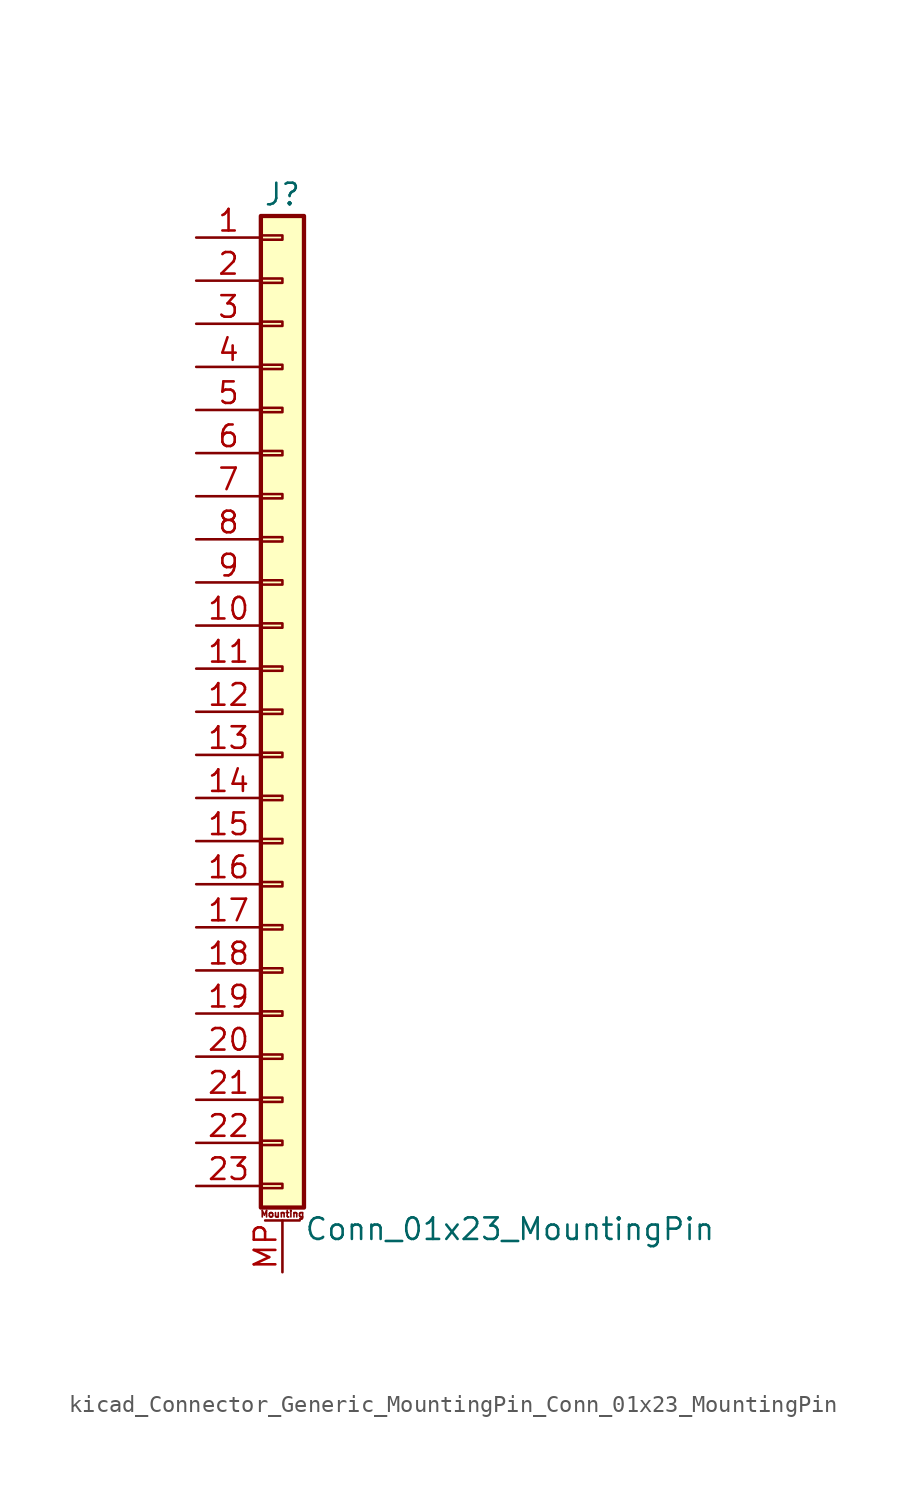
<source format=kicad_sym>
(kicad_symbol_lib
  (version 20220914)
  (generator kicad_symbol_editor)
  (symbol "kicad_Connector_Generic_MountingPin_Conn_01x23_MountingPin"
    (pin_names
      (offset 1.016) hide)
    (property "Reference" "J"
      (at 0 30.48 0)
      (effects (font (size 1.27 1.27))))
    (property "Value" "Conn_01x23_MountingPin"
      (at 1.27 -30.48 0)
      (effects (font (size 1.27 1.27)) (justify left)))
    (symbol "kicad_Connector_Generic_MountingPin_Conn_01x23_MountingPin_1_1"
      (rectangle (start -1.27 -27.813) (end 0 -28.067) (stroke (width 0.152) (type default)) (fill (type none)))
      (rectangle (start -1.27 -25.273) (end 0 -25.527) (stroke (width 0.152) (type default)) (fill (type none)))
      (rectangle (start -1.27 -22.733) (end 0 -22.987) (stroke (width 0.152) (type default)) (fill (type none)))
      (rectangle (start -1.27 -20.193) (end 0 -20.447) (stroke (width 0.152) (type default)) (fill (type none)))
      (rectangle (start -1.27 -17.653) (end 0 -17.907) (stroke (width 0.152) (type default)) (fill (type none)))
      (rectangle (start -1.27 -15.113) (end 0 -15.367) (stroke (width 0.152) (type default)) (fill (type none)))
      (rectangle (start -1.27 -12.573) (end 0 -12.827) (stroke (width 0.152) (type default)) (fill (type none)))
      (rectangle (start -1.27 -10.033) (end 0 -10.287) (stroke (width 0.152) (type default)) (fill (type none)))
      (rectangle (start -1.27 -7.493) (end 0 -7.747) (stroke (width 0.152) (type default)) (fill (type none)))
      (rectangle (start -1.27 -4.953) (end 0 -5.207) (stroke (width 0.152) (type default)) (fill (type none)))
      (rectangle (start -1.27 -2.413) (end 0 -2.667) (stroke (width 0.152) (type default)) (fill (type none)))
      (rectangle (start -1.27 0.127) (end 0 -0.127) (stroke (width 0.152) (type default)) (fill (type none)))
      (rectangle (start -1.27 2.667) (end 0 2.413) (stroke (width 0.152) (type default)) (fill (type none)))
      (rectangle (start -1.27 5.207) (end 0 4.953) (stroke (width 0.152) (type default)) (fill (type none)))
      (rectangle (start -1.27 7.747) (end 0 7.493) (stroke (width 0.152) (type default)) (fill (type none)))
      (rectangle (start -1.27 10.287) (end 0 10.033) (stroke (width 0.152) (type default)) (fill (type none)))
      (rectangle (start -1.27 12.827) (end 0 12.573) (stroke (width 0.152) (type default)) (fill (type none)))
      (rectangle (start -1.27 15.367) (end 0 15.113) (stroke (width 0.152) (type default)) (fill (type none)))
      (rectangle (start -1.27 17.907) (end 0 17.653) (stroke (width 0.152) (type default)) (fill (type none)))
      (rectangle (start -1.27 20.447) (end 0 20.193) (stroke (width 0.152) (type default)) (fill (type none)))
      (rectangle (start -1.27 22.987) (end 0 22.733) (stroke (width 0.152) (type default)) (fill (type none)))
      (rectangle (start -1.27 25.527) (end 0 25.273) (stroke (width 0.152) (type default)) (fill (type none)))
      (rectangle (start -1.27 28.067) (end 0 27.813) (stroke (width 0.152) (type default)) (fill (type none)))
      (rectangle (start -1.27 29.21) (end 1.27 -29.21) (stroke (width 0.254) (type default)) (fill (type background)))
      (polyline (pts (xy -1.016 -29.972) (xy 1.016 -29.972)) (stroke (width 0.152) (type default)) (fill (type none)))
      (text "Mounting" (at 0 -29.591 0) (effects (font (size 0.381 0.381))))
      (pin passive line (at -5.08 27.94 0) (length 3.81) (name "Pin_1" (effects (font (size 1.27 1.27)))) (number "1" (effects (font (size 1.27 1.27)))))
      (pin passive line (at -5.08 5.08 0) (length 3.81) (name "Pin_10" (effects (font (size 1.27 1.27)))) (number "10" (effects (font (size 1.27 1.27)))))
      (pin passive line (at -5.08 2.54 0) (length 3.81) (name "Pin_11" (effects (font (size 1.27 1.27)))) (number "11" (effects (font (size 1.27 1.27)))))
      (pin passive line (at -5.08 0 0) (length 3.81) (name "Pin_12" (effects (font (size 1.27 1.27)))) (number "12" (effects (font (size 1.27 1.27)))))
      (pin passive line (at -5.08 -2.54 0) (length 3.81) (name "Pin_13" (effects (font (size 1.27 1.27)))) (number "13" (effects (font (size 1.27 1.27)))))
      (pin passive line (at -5.08 -5.08 0) (length 3.81) (name "Pin_14" (effects (font (size 1.27 1.27)))) (number "14" (effects (font (size 1.27 1.27)))))
      (pin passive line (at -5.08 -7.62 0) (length 3.81) (name "Pin_15" (effects (font (size 1.27 1.27)))) (number "15" (effects (font (size 1.27 1.27)))))
      (pin passive line (at -5.08 -10.16 0) (length 3.81) (name "Pin_16" (effects (font (size 1.27 1.27)))) (number "16" (effects (font (size 1.27 1.27)))))
      (pin passive line (at -5.08 -12.7 0) (length 3.81) (name "Pin_17" (effects (font (size 1.27 1.27)))) (number "17" (effects (font (size 1.27 1.27)))))
      (pin passive line (at -5.08 -15.24 0) (length 3.81) (name "Pin_18" (effects (font (size 1.27 1.27)))) (number "18" (effects (font (size 1.27 1.27)))))
      (pin passive line (at -5.08 -17.78 0) (length 3.81) (name "Pin_19" (effects (font (size 1.27 1.27)))) (number "19" (effects (font (size 1.27 1.27)))))
      (pin passive line (at -5.08 25.4 0) (length 3.81) (name "Pin_2" (effects (font (size 1.27 1.27)))) (number "2" (effects (font (size 1.27 1.27)))))
      (pin passive line (at -5.08 -20.32 0) (length 3.81) (name "Pin_20" (effects (font (size 1.27 1.27)))) (number "20" (effects (font (size 1.27 1.27)))))
      (pin passive line (at -5.08 -22.86 0) (length 3.81) (name "Pin_21" (effects (font (size 1.27 1.27)))) (number "21" (effects (font (size 1.27 1.27)))))
      (pin passive line (at -5.08 -25.4 0) (length 3.81) (name "Pin_22" (effects (font (size 1.27 1.27)))) (number "22" (effects (font (size 1.27 1.27)))))
      (pin passive line (at -5.08 -27.94 0) (length 3.81) (name "Pin_23" (effects (font (size 1.27 1.27)))) (number "23" (effects (font (size 1.27 1.27)))))
      (pin passive line (at -5.08 22.86 0) (length 3.81) (name "Pin_3" (effects (font (size 1.27 1.27)))) (number "3" (effects (font (size 1.27 1.27)))))
      (pin passive line (at -5.08 20.32 0) (length 3.81) (name "Pin_4" (effects (font (size 1.27 1.27)))) (number "4" (effects (font (size 1.27 1.27)))))
      (pin passive line (at -5.08 17.78 0) (length 3.81) (name "Pin_5" (effects (font (size 1.27 1.27)))) (number "5" (effects (font (size 1.27 1.27)))))
      (pin passive line (at -5.08 15.24 0) (length 3.81) (name "Pin_6" (effects (font (size 1.27 1.27)))) (number "6" (effects (font (size 1.27 1.27)))))
      (pin passive line (at -5.08 12.7 0) (length 3.81) (name "Pin_7" (effects (font (size 1.27 1.27)))) (number "7" (effects (font (size 1.27 1.27)))))
      (pin passive line (at -5.08 10.16 0) (length 3.81) (name "Pin_8" (effects (font (size 1.27 1.27)))) (number "8" (effects (font (size 1.27 1.27)))))
      (pin passive line (at -5.08 7.62 0) (length 3.81) (name "Pin_9" (effects (font (size 1.27 1.27)))) (number "9" (effects (font (size 1.27 1.27)))))
      (pin passive line (at 0 -33.02 90) (length 3.048) (name "MountPin" (effects (font (size 1.27 1.27)))) (number "MP" (effects (font (size 1.27 1.27))))))))
</source>
